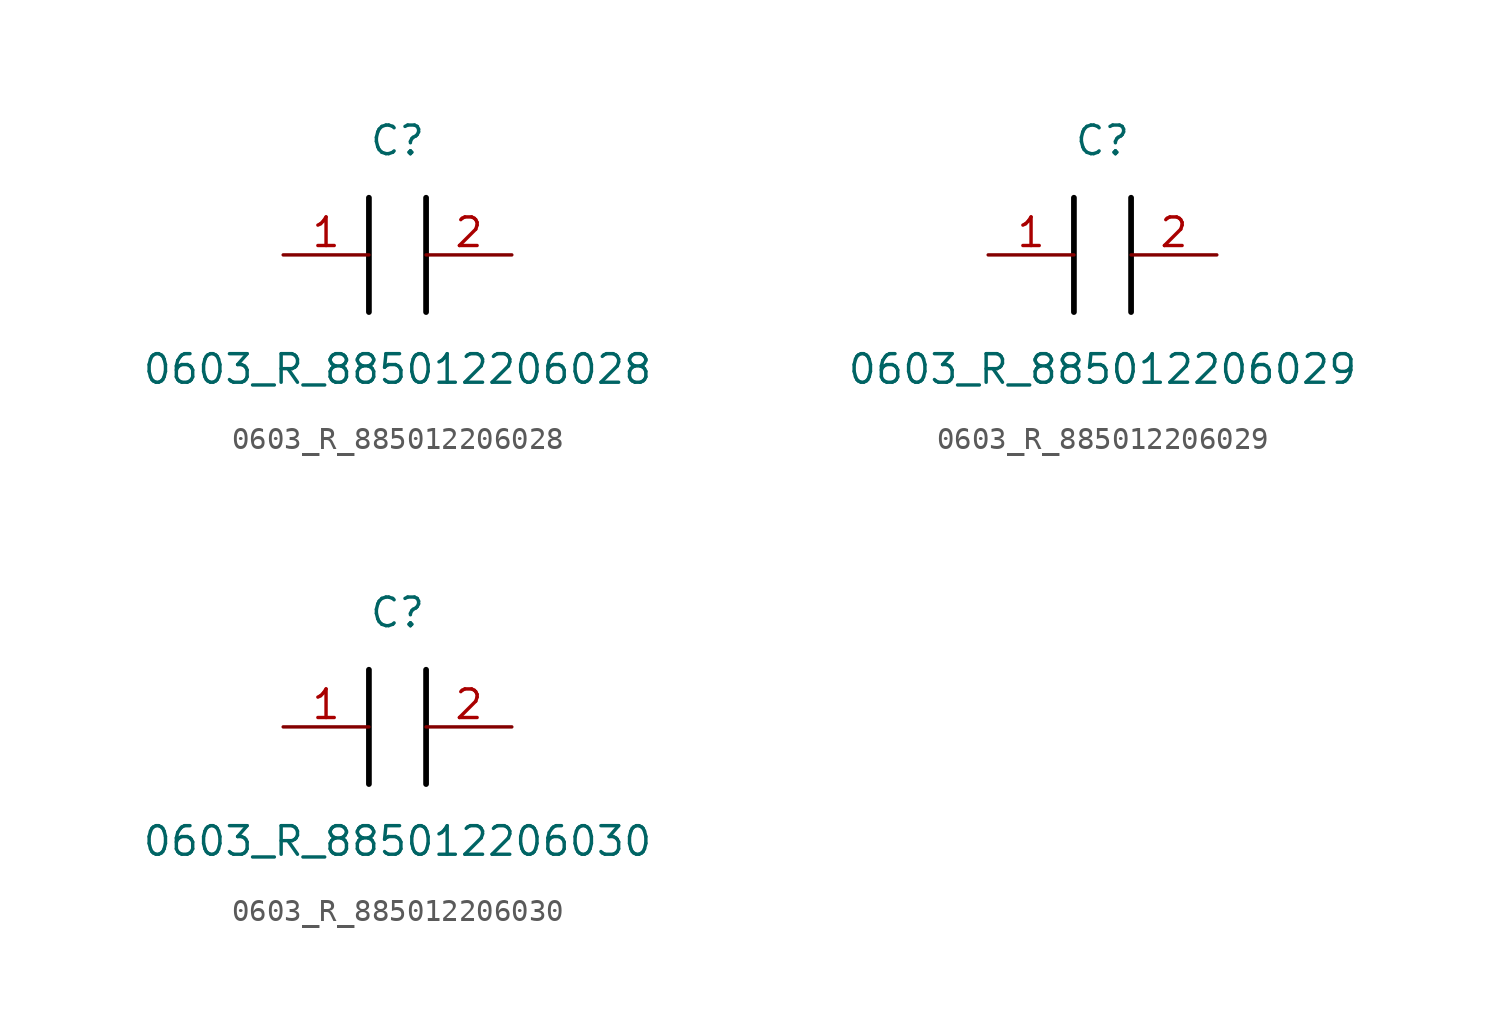
<source format=kicad_sym>
(kicad_symbol_lib
  (version 20220914)
  (generator kicad_symbol_editor)
  (symbol "0603_R_885012206028"
    (pin_names hide)
    (property "Reference" "C"
      (at 0 5.08 0)
      (effects (font (size 1.27 1.27))))
    (property "Value" "0603_R_885012206028"
      (at 0 -5.08 0)
      (effects (font (size 1.27 1.27))))
    (symbol "0603_R_885012206028_1_1"
      (polyline (pts (xy -1.27 2.54) (xy -1.27 -2.54)) (stroke (width 0.254) (type default) (color 0 0 0 1)) (fill (type none)))
      (polyline (pts (xy 1.27 2.54) (xy 1.27 -2.54)) (stroke (width 0.254) (type default) (color 0 0 0 1)) (fill (type none)))
      (pin passive line (at -5.08 0 0) (length 3.81) (name "1" (effects (font (size 1.27 1.27)))) (number "1" (effects (font (size 1.27 1.27)))))
      (pin passive line (at 5.08 0 180) (length 3.81) (name "2" (effects (font (size 1.27 1.27)))) (number "2" (effects (font (size 1.27 1.27)))))))
  (symbol "0603_R_885012206029"
    (pin_names hide)
    (property "Reference" "C"
      (at 0 5.08 0)
      (effects (font (size 1.27 1.27))))
    (property "Value" "0603_R_885012206029"
      (at 0 -5.08 0)
      (effects (font (size 1.27 1.27))))
    (symbol "0603_R_885012206029_1_1"
      (polyline (pts (xy -1.27 2.54) (xy -1.27 -2.54)) (stroke (width 0.254) (type default) (color 0 0 0 1)) (fill (type none)))
      (polyline (pts (xy 1.27 2.54) (xy 1.27 -2.54)) (stroke (width 0.254) (type default) (color 0 0 0 1)) (fill (type none)))
      (pin passive line (at -5.08 0 0) (length 3.81) (name "1" (effects (font (size 1.27 1.27)))) (number "1" (effects (font (size 1.27 1.27)))))
      (pin passive line (at 5.08 0 180) (length 3.81) (name "2" (effects (font (size 1.27 1.27)))) (number "2" (effects (font (size 1.27 1.27)))))))
  (symbol "0603_R_885012206030"
    (pin_names hide)
    (property "Reference" "C"
      (at 0 5.08 0)
      (effects (font (size 1.27 1.27))))
    (property "Value" "0603_R_885012206030"
      (at 0 -5.08 0)
      (effects (font (size 1.27 1.27))))
    (symbol "0603_R_885012206030_1_1"
      (polyline (pts (xy -1.27 2.54) (xy -1.27 -2.54)) (stroke (width 0.254) (type default) (color 0 0 0 1)) (fill (type none)))
      (polyline (pts (xy 1.27 2.54) (xy 1.27 -2.54)) (stroke (width 0.254) (type default) (color 0 0 0 1)) (fill (type none)))
      (pin passive line (at -5.08 0 0) (length 3.81) (name "1" (effects (font (size 1.27 1.27)))) (number "1" (effects (font (size 1.27 1.27)))))
      (pin passive line (at 5.08 0 180) (length 3.81) (name "2" (effects (font (size 1.27 1.27)))) (number "2" (effects (font (size 1.27 1.27))))))))
</source>
